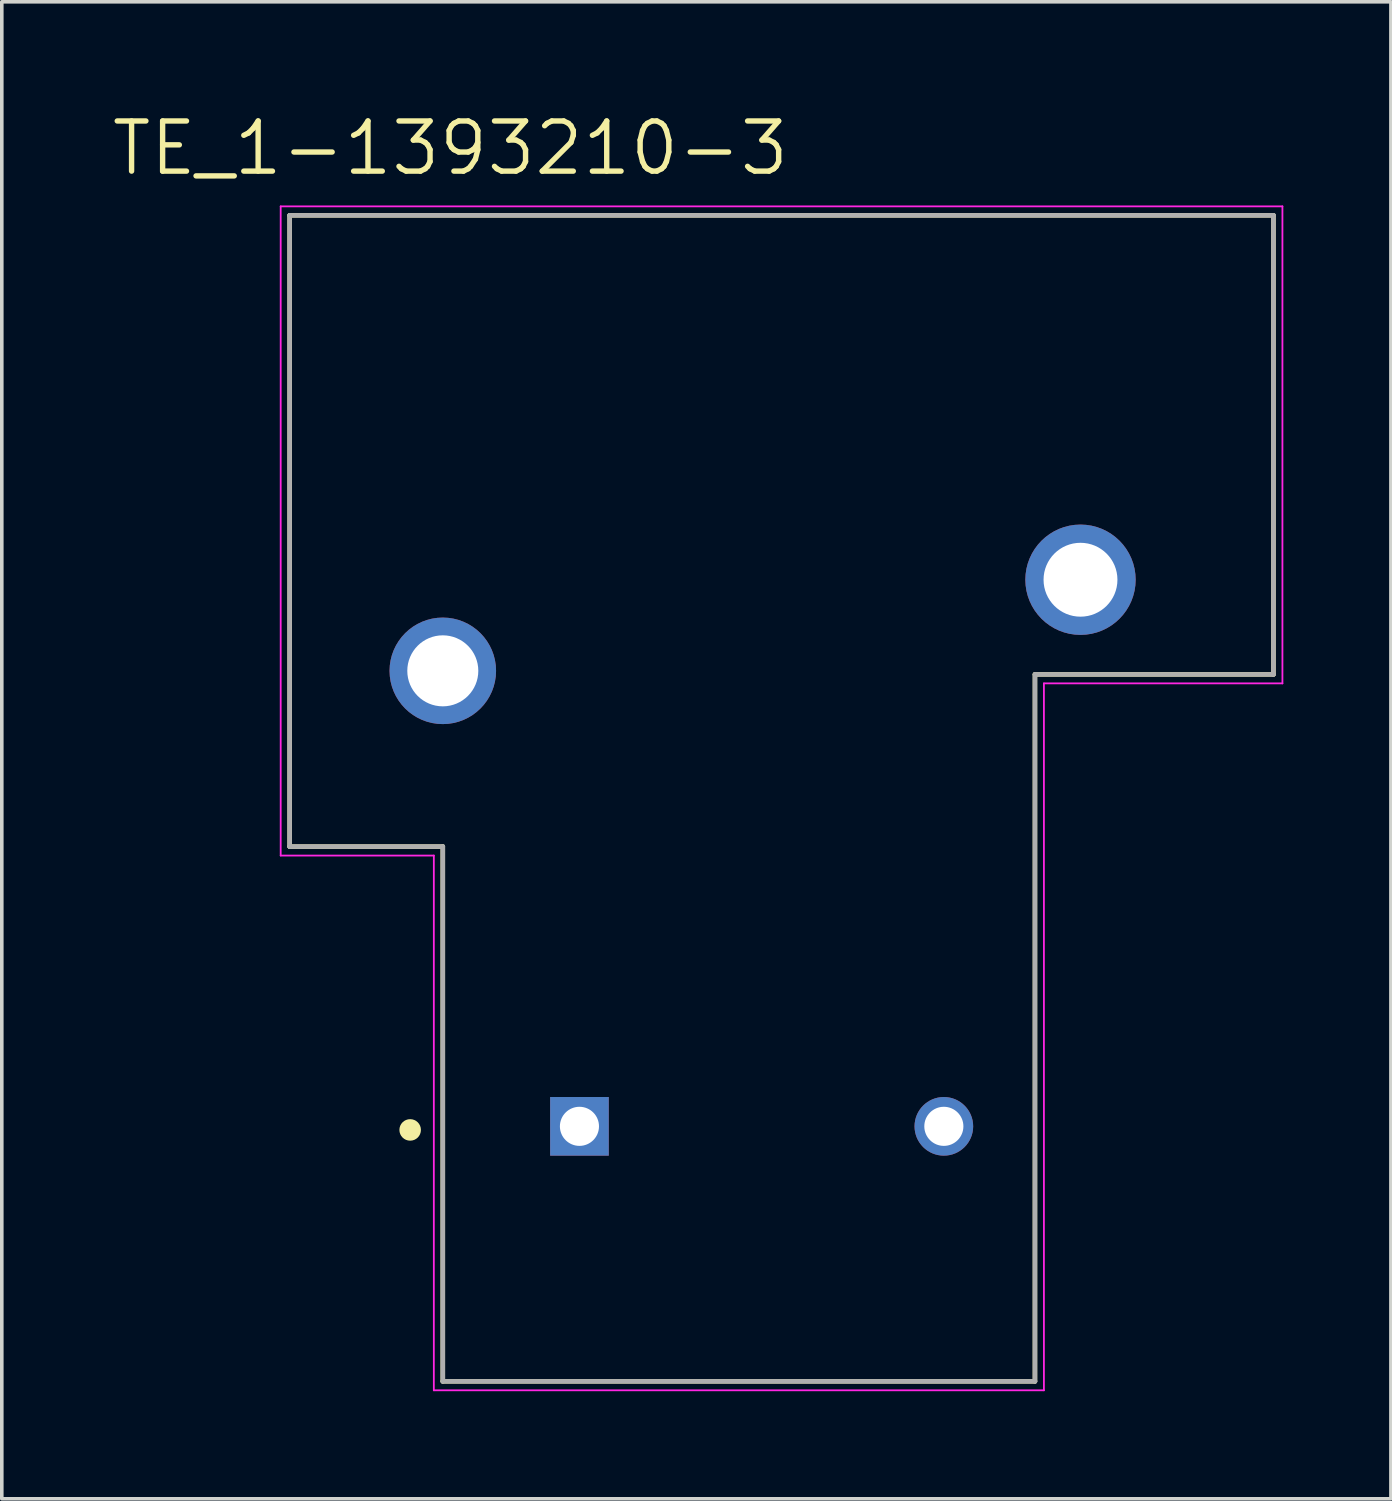
<source format=kicad_pcb>
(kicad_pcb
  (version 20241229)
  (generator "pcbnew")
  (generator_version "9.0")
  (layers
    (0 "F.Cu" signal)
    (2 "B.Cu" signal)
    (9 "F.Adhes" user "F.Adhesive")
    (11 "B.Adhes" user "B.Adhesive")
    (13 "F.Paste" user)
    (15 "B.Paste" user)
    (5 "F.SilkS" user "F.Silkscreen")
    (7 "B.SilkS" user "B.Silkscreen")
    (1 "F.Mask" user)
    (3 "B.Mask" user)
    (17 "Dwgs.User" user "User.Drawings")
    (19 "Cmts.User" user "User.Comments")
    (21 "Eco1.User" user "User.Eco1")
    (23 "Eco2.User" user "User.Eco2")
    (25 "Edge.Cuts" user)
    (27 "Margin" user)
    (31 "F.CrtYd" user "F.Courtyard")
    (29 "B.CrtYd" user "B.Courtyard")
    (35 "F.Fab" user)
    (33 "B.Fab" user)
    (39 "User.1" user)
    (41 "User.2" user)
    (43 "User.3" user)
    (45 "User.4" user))
  (footprint "TE_1-1393210-3"
    (layer "F.Cu")
    (at 13.106 28.354)
    (property "Reference" "TE_1-1393210-3" (at -3.6 -27.272 0) (layer "F.SilkS") (effects (font (size 1.398 1.398) (thickness 0.15))))
    (attr through_hole)
    (fp_line (start -8.08 -25.4) (end -8.08 -7.8) (stroke (width 0.127) (type solid)) (layer "F.SilkS"))
    (fp_line (start -8.08 -7.8) (end -3.81 -7.8) (stroke (width 0.127) (type solid)) (layer "F.SilkS"))
    (fp_line (start -3.81 -7.8) (end -3.81 7.11) (stroke (width 0.127) (type solid)) (layer "F.SilkS"))
    (fp_line (start -3.81 7.11) (end 12.7 7.11) (stroke (width 0.127) (type solid)) (layer "F.SilkS"))
    (fp_line (start 12.7 -12.6) (end 12.7 7.11) (stroke (width 0.127) (type solid)) (layer "F.SilkS"))
    (fp_line (start 19.35 -25.4) (end -8.08 -25.4) (stroke (width 0.127) (type solid)) (layer "F.SilkS"))
    (fp_line (start 19.35 -12.6) (end 12.7 -12.6) (stroke (width 0.127) (type solid)) (layer "F.SilkS"))
    (fp_line (start 19.35 -12.6) (end 19.35 -25.4) (stroke (width 0.127) (type solid)) (layer "F.SilkS"))
    (fp_circle (center -4.72 0.1) (end -4.57 0.1) (stroke (width 0.3) (type solid)) (fill no) (layer "F.SilkS"))
    (fp_line (start -8.33 -25.65) (end 19.6 -25.65) (stroke (width 0.05) (type solid)) (layer "F.CrtYd"))
    (fp_line (start -8.33 -7.55) (end -8.33 -25.65) (stroke (width 0.05) (type solid)) (layer "F.CrtYd"))
    (fp_line (start -4.06 -7.55) (end -8.33 -7.55) (stroke (width 0.05) (type solid)) (layer "F.CrtYd"))
    (fp_line (start -4.06 7.36) (end -4.06 -7.55) (stroke (width 0.05) (type solid)) (layer "F.CrtYd"))
    (fp_line (start 12.95 -12.35) (end 12.95 7.36) (stroke (width 0.05) (type solid)) (layer "F.CrtYd"))
    (fp_line (start 12.95 7.36) (end -4.06 7.36) (stroke (width 0.05) (type solid)) (layer "F.CrtYd"))
    (fp_line (start 19.6 -25.65) (end 19.6 -12.35) (stroke (width 0.05) (type solid)) (layer "F.CrtYd"))
    (fp_line (start 19.6 -12.35) (end 12.95 -12.35) (stroke (width 0.05) (type solid)) (layer "F.CrtYd"))
    (fp_line (start -8.08 -25.4) (end -8.08 -7.8) (stroke (width 0.127) (type solid)) (layer "F.Fab"))
    (fp_line (start -8.08 -7.8) (end -3.81 -7.8) (stroke (width 0.127) (type solid)) (layer "F.Fab"))
    (fp_line (start -3.81 -7.8) (end -3.81 7.11) (stroke (width 0.127) (type solid)) (layer "F.Fab"))
    (fp_line (start -3.81 7.11) (end 12.7 7.11) (stroke (width 0.127) (type solid)) (layer "F.Fab"))
    (fp_line (start 12.7 -12.6) (end 19.35 -12.6) (stroke (width 0.127) (type solid)) (layer "F.Fab"))
    (fp_line (start 12.7 7.11) (end 12.7 -12.6) (stroke (width 0.127) (type solid)) (layer "F.Fab"))
    (fp_line (start 19.35 -25.4) (end -8.08 -25.4) (stroke (width 0.127) (type solid)) (layer "F.Fab"))
    (fp_line (start 19.35 -12.6) (end 19.35 -25.4) (stroke (width 0.127) (type solid)) (layer "F.Fab"))
    (pad "A1" thru_hole rect (at 0 0) (size 1.635 1.635) (drill 1.09) (layers "*.Cu" "*.Mask"))
    (pad "A2" thru_hole circle (at 10.16 0) (size 1.635 1.635) (drill 1.09) (layers "*.Cu" "*.Mask"))
    (pad "C" thru_hole circle (at -3.81 -12.7) (size 2.97 2.97) (drill 1.98) (layers "*.Cu" "*.Mask"))
    (pad "NO" thru_hole circle (at 13.97 -15.24) (size 3.076 3.076) (drill 2.06) (layers "*.Cu" "*.Mask")))
  (gr_rect
    (start -3 -3)
    (end 35.731 38.739)
    (stroke (width 0.1) (type default))
    (fill no)
    (layer "Edge.Cuts")))
</source>
